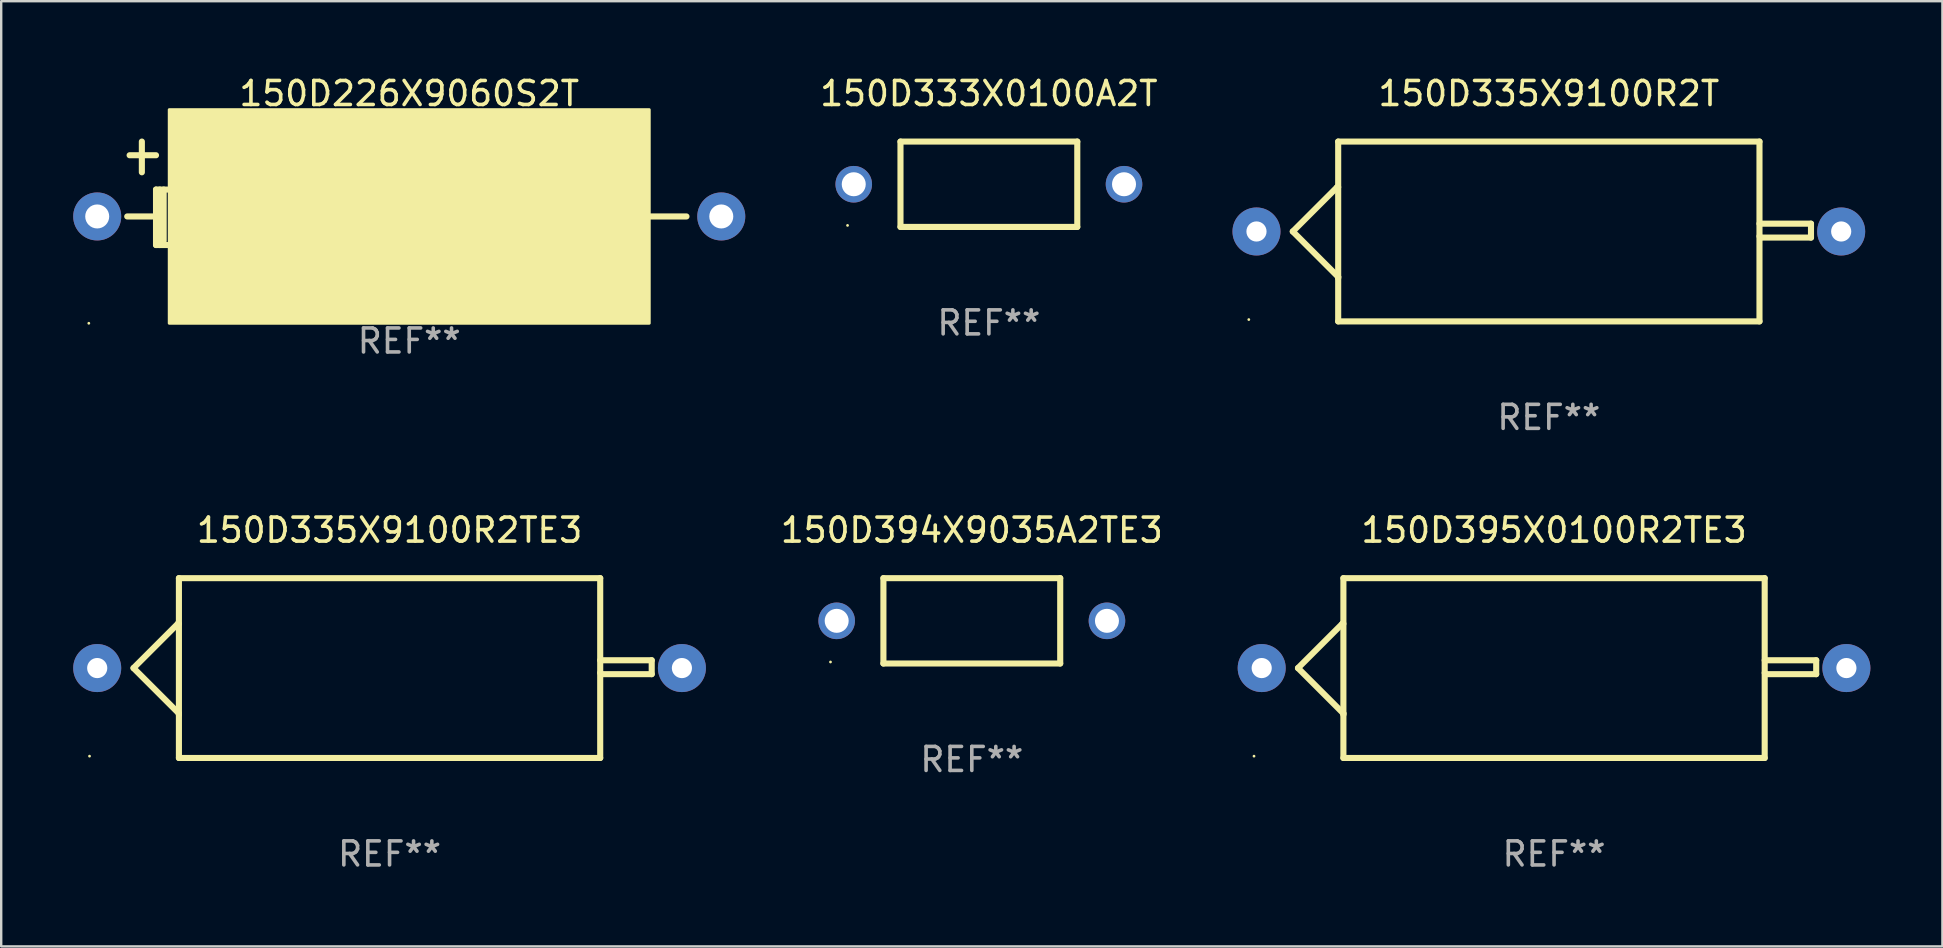
<source format=kicad_pcb>
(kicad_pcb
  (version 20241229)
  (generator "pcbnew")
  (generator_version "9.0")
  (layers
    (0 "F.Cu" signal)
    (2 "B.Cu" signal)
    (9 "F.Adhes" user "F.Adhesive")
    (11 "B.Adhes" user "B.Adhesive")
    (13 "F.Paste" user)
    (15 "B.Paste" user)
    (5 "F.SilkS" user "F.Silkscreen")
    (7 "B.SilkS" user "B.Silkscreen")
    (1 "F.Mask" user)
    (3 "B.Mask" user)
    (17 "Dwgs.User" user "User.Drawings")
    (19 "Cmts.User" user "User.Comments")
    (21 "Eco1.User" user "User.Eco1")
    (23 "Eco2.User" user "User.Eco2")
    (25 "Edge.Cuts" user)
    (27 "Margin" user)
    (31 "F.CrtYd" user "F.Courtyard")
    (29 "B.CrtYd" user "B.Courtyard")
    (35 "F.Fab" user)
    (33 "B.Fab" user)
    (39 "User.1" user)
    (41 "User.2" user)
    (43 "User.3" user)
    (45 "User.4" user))
  (footprint "150D335X9100R2T"
    (layer "F.Cu")
    (at 61.478 6.594)
    (property "Reference" "150D335X9100R2T" (at 0 -5.746 0) (layer "F.SilkS") (effects (font (size 1 1) (thickness 0.15))))
    (attr through_hole)
    (fp_line (start -10.668 0) (end -8.776 1.892) (stroke (width 0.254) (type solid)) (layer "F.SilkS"))
    (fp_line (start -8.821 -1.847) (end -10.668 0) (stroke (width 0.254) (type solid)) (layer "F.SilkS"))
    (fp_line (start -8.776 -1.847) (end -8.821 -1.847) (stroke (width 0.254) (type solid)) (layer "F.SilkS"))
    (fp_line (start -8.776 1.892) (end -8.776 1.943) (stroke (width 0.254) (type solid)) (layer "F.SilkS"))
    (fp_line (start -8.776 -3.746) (end 8.776 -3.746) (stroke (width 0.254) (type solid)) (layer "F.SilkS"))
    (fp_line (start -8.776 3.746) (end -8.776 -3.746) (stroke (width 0.254) (type solid)) (layer "F.SilkS"))
    (fp_line (start 8.776 -3.746) (end 8.776 3.746) (stroke (width 0.254) (type solid)) (layer "F.SilkS"))
    (fp_line (start 8.776 -0.325) (end 10.922 -0.325) (stroke (width 0.254) (type solid)) (layer "F.SilkS"))
    (fp_line (start 8.776 3.746) (end -8.776 3.746) (stroke (width 0.254) (type solid)) (layer "F.SilkS"))
    (fp_line (start 8.831 0.254) (end 8.776 0.199) (stroke (width 0.254) (type solid)) (layer "F.SilkS"))
    (fp_line (start 10.922 -0.325) (end 10.922 0.254) (stroke (width 0.254) (type solid)) (layer "F.SilkS"))
    (fp_line (start 10.922 0.254) (end 8.831 0.254) (stroke (width 0.254) (type solid)) (layer "F.SilkS"))
    (fp_circle (center -12.5 3.67) (end -12.47 3.67) (stroke (width 0.06) (type solid)) (fill no) (layer "F.SilkS"))
    (fp_text user "+" (at -8.323 0.924 0) (layer "B.Mask") (effects (font (size 1 1) (thickness 0.15))))
    (fp_text user "REF**" (at 0 7.746 0) (layer "F.Fab") (effects (font (size 1 1) (thickness 0.15))))
    (pad "1" thru_hole circle (at -12.18 0) (size 2 2) (drill 0.84) (layers "*.Cu" "*.Mask"))
    (pad "2" thru_hole circle (at 12.18 0) (size 2 2) (drill 0.84) (layers "*.Cu" "*.Mask")))
  (footprint "150D394X9035A2TE3"
    (layer "F.Cu")
    (at 37.438 22.815)
    (property "Reference" "150D394X9035A2TE3" (at 0 -3.778 0) (layer "F.SilkS") (effects (font (size 1 1) (thickness 0.15))))
    (attr through_hole)
    (fp_line (start -3.683 -1.778) (end -3.683 1.778) (stroke (width 0.254) (type solid)) (layer "F.SilkS"))
    (fp_line (start -3.683 1.778) (end 3.683 1.778) (stroke (width 0.254) (type solid)) (layer "F.SilkS"))
    (fp_line (start 3.683 -1.778) (end -3.683 -1.778) (stroke (width 0.254) (type solid)) (layer "F.SilkS"))
    (fp_line (start 3.683 1.778) (end 3.683 -1.778) (stroke (width 0.254) (type solid)) (layer "F.SilkS"))
    (fp_circle (center -5.888 1.715) (end -5.858 1.715) (stroke (width 0.06) (type solid)) (fill no) (layer "F.SilkS"))
    (fp_text user "REF**" (at 0 5.778 0) (layer "F.Fab") (effects (font (size 1 1) (thickness 0.15))))
    (pad "1" thru_hole circle (at -5.63 0) (size 1.524 1.524) (drill 1) (layers "*.Cu" "*.Mask"))
    (pad "2" thru_hole circle (at 5.63 0) (size 1.524 1.524) (drill 1) (layers "*.Cu" "*.Mask")))
  (footprint "150D333X0100A2T"
    (layer "F.Cu")
    (at 38.149 4.626)
    (property "Reference" "150D333X0100A2T" (at 0 -3.778 0) (layer "F.SilkS") (effects (font (size 1 1) (thickness 0.15))))
    (attr through_hole)
    (fp_line (start -3.683 -1.778) (end -3.683 1.778) (stroke (width 0.254) (type solid)) (layer "F.SilkS"))
    (fp_line (start -3.683 1.778) (end 3.683 1.778) (stroke (width 0.254) (type solid)) (layer "F.SilkS"))
    (fp_line (start 3.683 -1.778) (end -3.683 -1.778) (stroke (width 0.254) (type solid)) (layer "F.SilkS"))
    (fp_line (start 3.683 1.778) (end 3.683 -1.778) (stroke (width 0.254) (type solid)) (layer "F.SilkS"))
    (fp_circle (center -5.888 1.715) (end -5.858 1.715) (stroke (width 0.06) (type solid)) (fill no) (layer "F.SilkS"))
    (fp_text user "REF**" (at 0 5.778 0) (layer "F.Fab") (effects (font (size 1 1) (thickness 0.15))))
    (pad "1" thru_hole circle (at -5.63 0) (size 1.524 1.524) (drill 1) (layers "*.Cu" "*.Mask"))
    (pad "2" thru_hole circle (at 5.63 0) (size 1.524 1.524) (drill 1) (layers "*.Cu" "*.Mask")))
  (footprint "150D226X9060S2T"
    (layer "F.Cu")
    (at 14 5.003)
    (property "Reference" "150D226X9060S2T" (at 0 -4.155 0) (layer "F.SilkS") (effects (font (size 1 1) (thickness 0.15))))
    (attr through_hole)
    (fp_line (start -11.65 -1.585) (end -10.55 -1.585) (stroke (width 0.254) (type solid)) (layer "F.SilkS"))
    (fp_line (start -11.14 -2.155) (end -11.14 -0.875) (stroke (width 0.254) (type solid)) (layer "F.SilkS"))
    (fp_line (start -10.7 0.965) (end -11.75 0.965) (stroke (width 0.254) (type solid)) (layer "F.SilkS"))
    (fp_line (start -10.55 -0.155) (end -10.55 2.155) (stroke (width 0.254) (type solid)) (layer "F.SilkS"))
    (fp_line (start -10.55 2.155) (end -10.08 2.155) (stroke (width 0.254) (type solid)) (layer "F.SilkS"))
    (fp_line (start -10.396 -0.155) (end -10.396 2.155) (stroke (width 0.254) (type solid)) (layer "F.SilkS"))
    (fp_line (start -10.231 -0.155) (end -10.231 1.985) (stroke (width 0.254) (type solid)) (layer "F.SilkS"))
    (fp_line (start -10.08 -0.155) (end -10.55 -0.155) (stroke (width 0.254) (type solid)) (layer "F.SilkS"))
    (fp_line (start 10 0.965) (end 11.55 0.965) (stroke (width 0.254) (type solid)) (layer "F.SilkS"))
    (fp_circle (center -13.35 5.415) (end -13.32 5.415) (stroke (width 0.06) (type solid)) (fill no) (layer "F.SilkS"))
    (fp_poly (pts (xy -10 -3.485) (xy 10 -3.485) (xy 10 5.415) (xy -10 5.415)) (stroke (width 0.12) (type solid)) (fill yes) (layer "F.SilkS"))
    (fp_text user "REF**" (at 0 6.155 0) (layer "F.Fab") (effects (font (size 1 1) (thickness 0.15))))
    (pad "1" thru_hole circle (at -13 0.965) (size 2 2) (drill 1) (layers "*.Cu" "*.Mask"))
    (pad "2" thru_hole circle (at 13 0.965) (size 2 2) (drill 1) (layers "*.Cu" "*.Mask")))
  (footprint "150D335X9100R2TE3"
    (layer "F.Cu")
    (at 13.18 24.783)
    (property "Reference" "150D335X9100R2TE3" (at 0 -5.746 0) (layer "F.SilkS") (effects (font (size 1 1) (thickness 0.15))))
    (attr through_hole)
    (fp_line (start -10.668 0) (end -8.776 1.892) (stroke (width 0.254) (type solid)) (layer "F.SilkS"))
    (fp_line (start -8.821 -1.847) (end -10.668 0) (stroke (width 0.254) (type solid)) (layer "F.SilkS"))
    (fp_line (start -8.776 -1.847) (end -8.821 -1.847) (stroke (width 0.254) (type solid)) (layer "F.SilkS"))
    (fp_line (start -8.776 1.892) (end -8.776 1.943) (stroke (width 0.254) (type solid)) (layer "F.SilkS"))
    (fp_line (start -8.776 -3.746) (end 8.776 -3.746) (stroke (width 0.254) (type solid)) (layer "F.SilkS"))
    (fp_line (start -8.776 3.746) (end -8.776 -3.746) (stroke (width 0.254) (type solid)) (layer "F.SilkS"))
    (fp_line (start 8.776 -3.746) (end 8.776 3.746) (stroke (width 0.254) (type solid)) (layer "F.SilkS"))
    (fp_line (start 8.776 -0.325) (end 10.922 -0.325) (stroke (width 0.254) (type solid)) (layer "F.SilkS"))
    (fp_line (start 8.776 3.746) (end -8.776 3.746) (stroke (width 0.254) (type solid)) (layer "F.SilkS"))
    (fp_line (start 8.831 0.254) (end 8.776 0.199) (stroke (width 0.254) (type solid)) (layer "F.SilkS"))
    (fp_line (start 10.922 -0.325) (end 10.922 0.254) (stroke (width 0.254) (type solid)) (layer "F.SilkS"))
    (fp_line (start 10.922 0.254) (end 8.831 0.254) (stroke (width 0.254) (type solid)) (layer "F.SilkS"))
    (fp_circle (center -12.5 3.67) (end -12.47 3.67) (stroke (width 0.06) (type solid)) (fill no) (layer "F.SilkS"))
    (fp_text user "+" (at -8.323 0.924 0) (layer "B.Mask") (effects (font (size 1 1) (thickness 0.15))))
    (fp_text user "REF**" (at 0 7.746 0) (layer "F.Fab") (effects (font (size 1 1) (thickness 0.15))))
    (pad "1" thru_hole circle (at -12.18 0) (size 2 2) (drill 0.84) (layers "*.Cu" "*.Mask"))
    (pad "2" thru_hole circle (at 12.18 0) (size 2 2) (drill 0.84) (layers "*.Cu" "*.Mask")))
  (footprint "150D395X0100R2TE3"
    (layer "F.Cu")
    (at 61.695 24.783)
    (property "Reference" "150D395X0100R2TE3" (at 0 -5.746 0) (layer "F.SilkS") (effects (font (size 1 1) (thickness 0.15))))
    (attr through_hole)
    (fp_line (start -10.668 0) (end -8.776 1.892) (stroke (width 0.254) (type solid)) (layer "F.SilkS"))
    (fp_line (start -8.821 -1.847) (end -10.668 0) (stroke (width 0.254) (type solid)) (layer "F.SilkS"))
    (fp_line (start -8.776 -1.847) (end -8.821 -1.847) (stroke (width 0.254) (type solid)) (layer "F.SilkS"))
    (fp_line (start -8.776 1.892) (end -8.776 1.943) (stroke (width 0.254) (type solid)) (layer "F.SilkS"))
    (fp_line (start -8.776 -3.746) (end 8.776 -3.746) (stroke (width 0.254) (type solid)) (layer "F.SilkS"))
    (fp_line (start -8.776 3.746) (end -8.776 -3.746) (stroke (width 0.254) (type solid)) (layer "F.SilkS"))
    (fp_line (start 8.776 -3.746) (end 8.776 3.746) (stroke (width 0.254) (type solid)) (layer "F.SilkS"))
    (fp_line (start 8.776 -0.325) (end 10.922 -0.325) (stroke (width 0.254) (type solid)) (layer "F.SilkS"))
    (fp_line (start 8.776 3.746) (end -8.776 3.746) (stroke (width 0.254) (type solid)) (layer "F.SilkS"))
    (fp_line (start 8.831 0.254) (end 8.776 0.199) (stroke (width 0.254) (type solid)) (layer "F.SilkS"))
    (fp_line (start 10.922 -0.325) (end 10.922 0.254) (stroke (width 0.254) (type solid)) (layer "F.SilkS"))
    (fp_line (start 10.922 0.254) (end 8.831 0.254) (stroke (width 0.254) (type solid)) (layer "F.SilkS"))
    (fp_circle (center -12.5 3.67) (end -12.47 3.67) (stroke (width 0.06) (type solid)) (fill no) (layer "F.SilkS"))
    (fp_text user "+" (at -8.323 0.924 0) (layer "B.Mask") (effects (font (size 1 1) (thickness 0.15))))
    (fp_text user "REF**" (at 0 7.746 0) (layer "F.Fab") (effects (font (size 1 1) (thickness 0.15))))
    (pad "1" thru_hole circle (at -12.18 0) (size 2 2) (drill 0.84) (layers "*.Cu" "*.Mask"))
    (pad "2" thru_hole circle (at 12.18 0) (size 2 2) (drill 0.84) (layers "*.Cu" "*.Mask")))
  (gr_rect
    (start -3 -3)
    (end 77.875 36.378)
    (stroke (width 0.1) (type default))
    (fill no)
    (layer "Edge.Cuts")))
</source>
